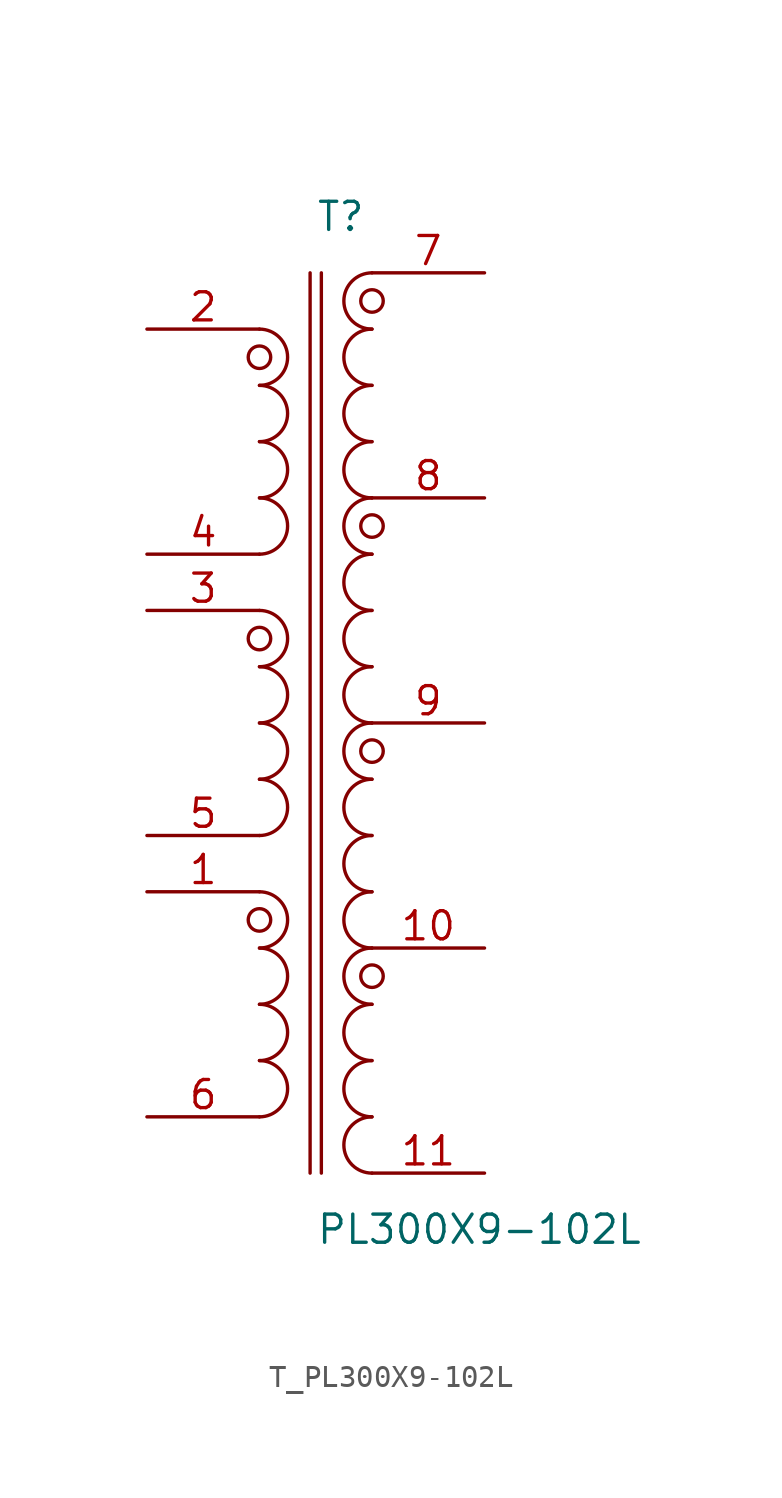
<source format=kicad_sym>
(kicad_symbol_lib
  (version 20231120)
  (generator kicad_symbol_editor)
  (generator_version 8.0)
  (symbol "T_PL300X9-102L"
    (pin_names
      (offset 0.254))
    (property "Reference" "T"
      (at 0 22.86 0)
      (effects (font (size 1.27 1.27)) (justify left)))
    (property "Value" "PL300X9-102L"
      (at 0 -22.86 0)
      (effects (font (size 1.27 1.27)) (justify left)))
    (symbol "T_PL300X9-102L_0_1"
      (arc (start -2.54 7.62) (mid -1.27 8.89) (end -2.54 10.16) (stroke (width 0) (type default)) (fill (type none)))
      (arc (start -2.54 10.16) (mid -1.27 11.43) (end -2.54 12.7) (stroke (width 0) (type default)) (fill (type none)))
      (arc (start -2.54 12.7) (mid -1.27 13.969999999999999) (end -2.54 15.239999999999998) (stroke (width 0) (type default)) (fill (type none)))
      (arc (start -2.54 15.24) (mid -1.27 16.51) (end -2.54 17.78) (stroke (width 0) (type default)) (fill (type none)))
      (arc (start -2.54 -5.08) (mid -1.27 -3.81) (end -2.54 -2.54) (stroke (width 0) (type default)) (fill (type none)))
      (arc (start -2.54 -2.54) (mid -1.27 -1.27) (end -2.54 0.0) (stroke (width 0) (type default)) (fill (type none)))
      (arc (start -2.54 0.0) (mid -1.27 1.27) (end -2.54 2.54) (stroke (width 0) (type default)) (fill (type none)))
      (arc (start -2.54 2.54) (mid -1.27 3.81) (end -2.54 5.08) (stroke (width 0) (type default)) (fill (type none)))
      (arc (start -2.54 -17.78) (mid -1.27 -16.51) (end -2.54 -15.240000000000002) (stroke (width 0) (type default)) (fill (type none)))
      (arc (start -2.54 -15.240000000000002) (mid -1.27 -13.970000000000002) (end -2.54 -12.700000000000003) (stroke (width 0) (type default)) (fill (type none)))
      (arc (start -2.54 -12.700000000000001) (mid -1.27 -11.430000000000001) (end -2.54 -10.16) (stroke (width 0) (type default)) (fill (type none)))
      (arc (start -2.54 -10.16) (mid -1.27 -8.89) (end -2.54 -7.62) (stroke (width 0) (type default)) (fill (type none)))
      (arc (start 2.54 10.16) (mid 1.27 11.43) (end 2.54 12.7) (stroke (width 0) (type default)) (fill (type none)))
      (arc (start 2.54 12.7) (mid 1.27 13.969999999999999) (end 2.54 15.239999999999998) (stroke (width 0) (type default)) (fill (type none)))
      (arc (start 2.54 15.24) (mid 1.27 16.51) (end 2.54 17.78) (stroke (width 0) (type default)) (fill (type none)))
      (arc (start 2.54 17.78) (mid 1.27 19.05) (end 2.54 20.32) (stroke (width 0) (type default)) (fill (type none)))
      (arc (start 2.54 0.0) (mid 1.27 1.27) (end 2.54 2.54) (stroke (width 0) (type default)) (fill (type none)))
      (arc (start 2.54 2.54) (mid 1.27 3.81) (end 2.54 5.08) (stroke (width 0) (type default)) (fill (type none)))
      (arc (start 2.54 5.08) (mid 1.27 6.35) (end 2.54 7.62) (stroke (width 0) (type default)) (fill (type none)))
      (arc (start 2.54 7.62) (mid 1.27 8.89) (end 2.54 10.16) (stroke (width 0) (type default)) (fill (type none)))
      (arc (start 2.54 -10.16) (mid 1.27 -8.89) (end 2.54 -7.62) (stroke (width 0) (type default)) (fill (type none)))
      (arc (start 2.54 -7.62) (mid 1.27 -6.35) (end 2.54 -5.08) (stroke (width 0) (type default)) (fill (type none)))
      (arc (start 2.54 -5.08) (mid 1.27 -3.81) (end 2.54 -2.54) (stroke (width 0) (type default)) (fill (type none)))
      (arc (start 2.54 -2.54) (mid 1.27 -1.27) (end 2.54 0.0) (stroke (width 0) (type default)) (fill (type none)))
      (arc (start 2.54 -20.32) (mid 1.27 -19.05) (end 2.54 -17.78) (stroke (width 0) (type default)) (fill (type none)))
      (arc (start 2.54 -17.78) (mid 1.27 -16.51) (end 2.54 -15.240000000000002) (stroke (width 0) (type default)) (fill (type none)))
      (arc (start 2.54 -15.24) (mid 1.27 -13.97) (end 2.54 -12.7) (stroke (width 0) (type default)) (fill (type none)))
      (arc (start 2.54 -12.7) (mid 1.27 -11.43) (end 2.54 -10.16) (stroke (width 0) (type default)) (fill (type none)))
      (circle (center -2.54 16.51) (radius 0.508) (stroke (width 0) (type default)) (fill (type none)))
      (circle (center -2.54 3.81) (radius 0.508) (stroke (width 0) (type default)) (fill (type none)))
      (circle (center -2.54 -8.89) (radius 0.508) (stroke (width 0) (type default)) (fill (type none)))
      (circle (center 2.54 19.05) (radius 0.508) (stroke (width 0) (type default)) (fill (type none)))
      (circle (center 2.54 8.89) (radius 0.508) (stroke (width 0) (type default)) (fill (type none)))
      (circle (center 2.54 -1.27) (radius 0.508) (stroke (width 0) (type default)) (fill (type none)))
      (circle (center 2.54 -11.43) (radius 0.508) (stroke (width 0) (type default)) (fill (type none)))
      (polyline (pts (xy -0.254 20.32) (xy -0.254 -20.32)) (stroke (width 0) (type default)) (fill (type none)))
      (polyline (pts (xy 0.254 20.32) (xy 0.254 -20.32)) (stroke (width 0) (type default)) (fill (type none)))
      (pin unspecified line (at -7.62 17.78 0) (length 5.08) (name "" (effects (font (size 1.27 1.27)))) (number "2" (effects (font (size 1.27 1.27)))))
      (pin unspecified line (at -7.62 7.62 0) (length 5.08) (name "" (effects (font (size 1.27 1.27)))) (number "4" (effects (font (size 1.27 1.27)))))
      (pin unspecified line (at -7.62 5.08 0) (length 5.08) (name "" (effects (font (size 1.27 1.27)))) (number "3" (effects (font (size 1.27 1.27)))))
      (pin unspecified line (at -7.62 -5.08 0) (length 5.08) (name "" (effects (font (size 1.27 1.27)))) (number "5" (effects (font (size 1.27 1.27)))))
      (pin unspecified line (at -7.62 -7.62 0) (length 5.08) (name "" (effects (font (size 1.27 1.27)))) (number "1" (effects (font (size 1.27 1.27)))))
      (pin unspecified line (at -7.62 -17.78 0) (length 5.08) (name "" (effects (font (size 1.27 1.27)))) (number "6" (effects (font (size 1.27 1.27)))))
      (pin unspecified line (at 7.62 20.32 180) (length 5.08) (name "" (effects (font (size 1.27 1.27)))) (number "7" (effects (font (size 1.27 1.27)))))
      (pin unspecified line (at 7.62 10.16 180) (length 5.08) (name "" (effects (font (size 1.27 1.27)))) (number "8" (effects (font (size 1.27 1.27)))))
      (pin unspecified line (at 7.62 0 180) (length 5.08) (name "" (effects (font (size 1.27 1.27)))) (number "9" (effects (font (size 1.27 1.27)))))
      (pin unspecified line (at 7.62 -10.16 180) (length 5.08) (name "" (effects (font (size 1.27 1.27)))) (number "10" (effects (font (size 1.27 1.27)))))
      (pin unspecified line (at 7.62 -20.32 180) (length 5.08) (name "" (effects (font (size 1.27 1.27)))) (number "11" (effects (font (size 1.27 1.27))))))))
</source>
